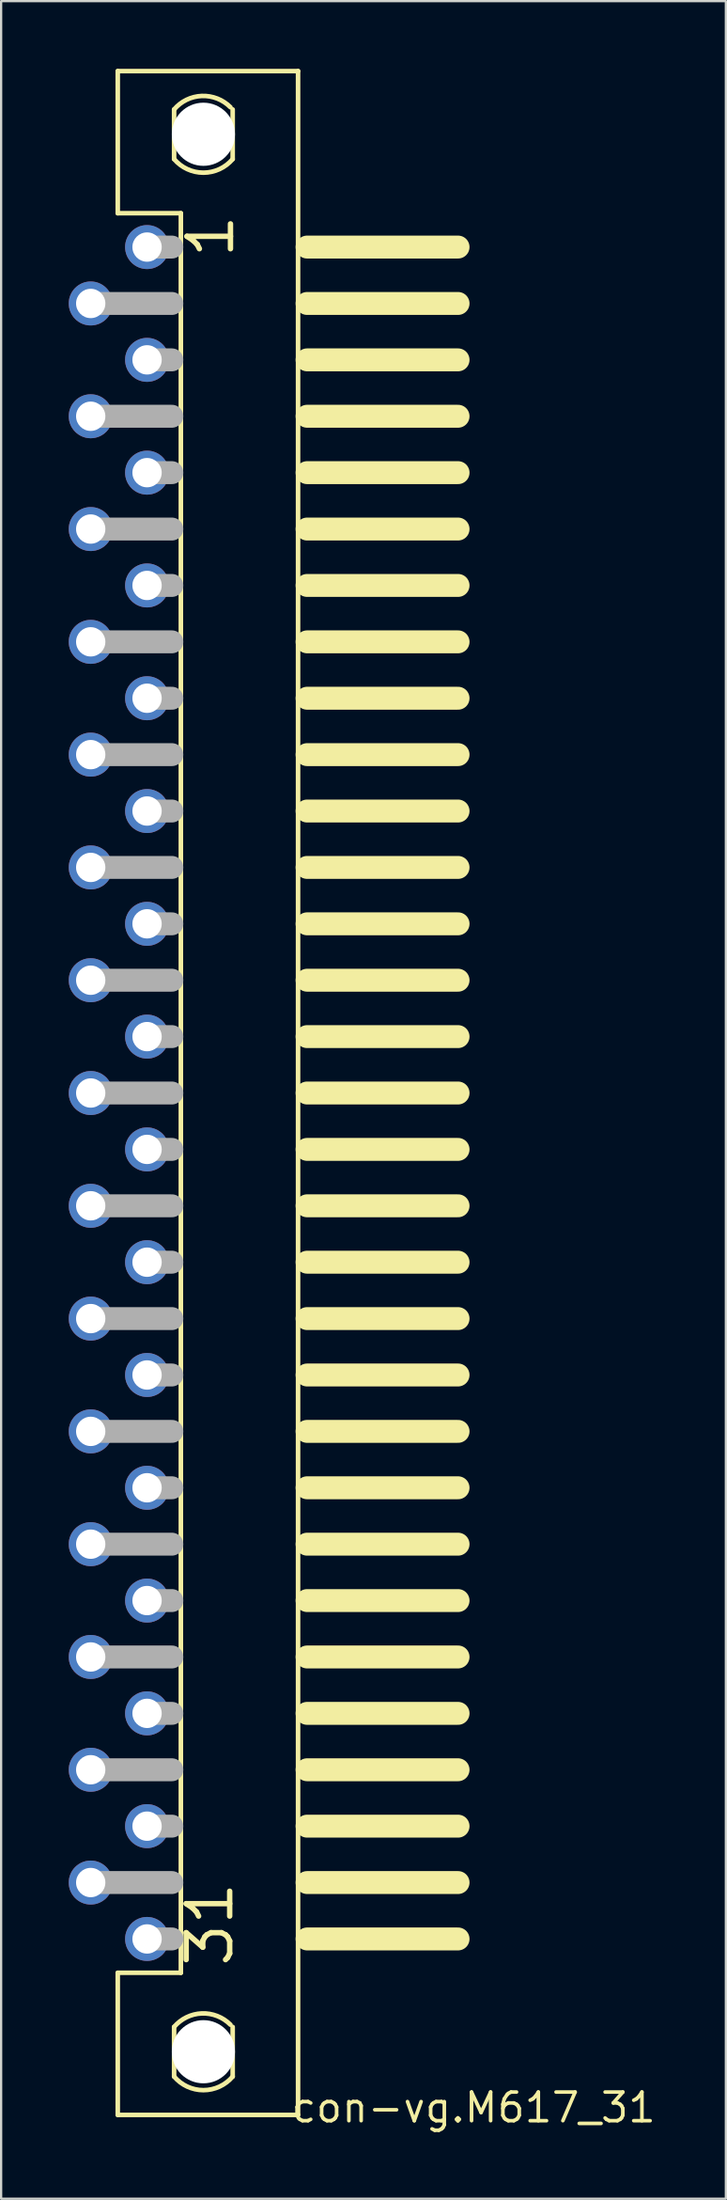
<source format=kicad_pcb>
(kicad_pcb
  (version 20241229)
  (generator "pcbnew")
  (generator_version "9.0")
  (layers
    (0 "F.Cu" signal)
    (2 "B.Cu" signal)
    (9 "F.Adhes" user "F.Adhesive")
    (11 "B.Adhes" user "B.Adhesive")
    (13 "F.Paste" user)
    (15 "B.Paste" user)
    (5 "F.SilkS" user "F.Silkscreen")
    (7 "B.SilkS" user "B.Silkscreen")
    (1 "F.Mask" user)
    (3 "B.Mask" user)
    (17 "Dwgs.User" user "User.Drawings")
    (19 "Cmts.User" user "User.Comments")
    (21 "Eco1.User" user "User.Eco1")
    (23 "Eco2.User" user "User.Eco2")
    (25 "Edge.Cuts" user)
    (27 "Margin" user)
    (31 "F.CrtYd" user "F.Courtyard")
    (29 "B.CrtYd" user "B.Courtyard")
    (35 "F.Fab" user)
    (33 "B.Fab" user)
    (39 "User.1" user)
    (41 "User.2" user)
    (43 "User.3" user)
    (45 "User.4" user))
  (footprint "con-vg.M617_31"
    (layer "F.Cu")
    (at 7.475 42.902)
    (property "Reference" "con-vg.M617_31" (at 2.31 48.22 180) (layer "F.SilkS") (effects (font (size 1.27 1.27) (thickness 0.16)) (justify left bottom)))
    (attr through_hole)
    (fp_line (start -5.3 -42.8) (end 2.7 -42.8) (stroke (width 0.203) (type default)) (layer "F.SilkS"))
    (fp_line (start -5.3 -36.5) (end -5.3 -42.8) (stroke (width 0.203) (type default)) (layer "F.SilkS"))
    (fp_line (start -5.3 41.5) (end -2.5 41.5) (stroke (width 0.203) (type default)) (layer "F.SilkS"))
    (fp_line (start -5.3 47.8) (end -5.3 41.5) (stroke (width 0.203) (type default)) (layer "F.SilkS"))
    (fp_line (start -2.8 -38.9) (end -2.8 -41.1) (stroke (width 0.203) (type default)) (layer "F.SilkS"))
    (fp_line (start -2.8 46.1) (end -2.8 43.9) (stroke (width 0.203) (type default)) (layer "F.SilkS"))
    (fp_line (start -2.5 -36.5) (end -5.3 -36.5) (stroke (width 0.203) (type default)) (layer "F.SilkS"))
    (fp_line (start -2.5 41.5) (end -2.5 -36.5) (stroke (width 0.203) (type default)) (layer "F.SilkS"))
    (fp_line (start -0.2 -41.1) (end -0.2 -38.9) (stroke (width 0.203) (type default)) (layer "F.SilkS"))
    (fp_line (start -0.2 43.9) (end -0.2 46.1) (stroke (width 0.203) (type default)) (layer "F.SilkS"))
    (fp_line (start 2.7 47.8) (end -5.3 47.8) (stroke (width 0.203) (type default)) (layer "F.SilkS"))
    (fp_line (start 2.7 47.8) (end 2.7 -42.8) (stroke (width 0.203) (type default)) (layer "F.SilkS"))
    (fp_line (start 3.1 -35) (end 9.8 -35) (stroke (width 1.016) (type default)) (layer "F.SilkS"))
    (fp_line (start 3.1 -32.5) (end 9.8 -32.5) (stroke (width 1.016) (type default)) (layer "F.SilkS"))
    (fp_line (start 3.1 -30) (end 9.8 -30) (stroke (width 1.016) (type default)) (layer "F.SilkS"))
    (fp_line (start 3.1 -27.5) (end 9.8 -27.5) (stroke (width 1.016) (type default)) (layer "F.SilkS"))
    (fp_line (start 3.1 -25) (end 9.8 -25) (stroke (width 1.016) (type default)) (layer "F.SilkS"))
    (fp_line (start 3.1 -22.5) (end 9.8 -22.5) (stroke (width 1.016) (type default)) (layer "F.SilkS"))
    (fp_line (start 3.1 -20) (end 9.8 -20) (stroke (width 1.016) (type default)) (layer "F.SilkS"))
    (fp_line (start 3.1 -17.5) (end 9.8 -17.5) (stroke (width 1.016) (type default)) (layer "F.SilkS"))
    (fp_line (start 3.1 -15) (end 9.8 -15) (stroke (width 1.016) (type default)) (layer "F.SilkS"))
    (fp_line (start 3.1 -12.5) (end 9.8 -12.5) (stroke (width 1.016) (type default)) (layer "F.SilkS"))
    (fp_line (start 3.1 -10) (end 9.8 -10) (stroke (width 1.016) (type default)) (layer "F.SilkS"))
    (fp_line (start 3.1 -7.5) (end 9.8 -7.5) (stroke (width 1.016) (type default)) (layer "F.SilkS"))
    (fp_line (start 3.1 -5) (end 9.8 -5) (stroke (width 1.016) (type default)) (layer "F.SilkS"))
    (fp_line (start 3.1 -2.5) (end 9.8 -2.5) (stroke (width 1.016) (type default)) (layer "F.SilkS"))
    (fp_line (start 3.1 0) (end 9.8 0) (stroke (width 1.016) (type default)) (layer "F.SilkS"))
    (fp_line (start 3.1 2.5) (end 9.8 2.5) (stroke (width 1.016) (type default)) (layer "F.SilkS"))
    (fp_line (start 3.1 5) (end 9.8 5) (stroke (width 1.016) (type default)) (layer "F.SilkS"))
    (fp_line (start 3.1 7.5) (end 9.8 7.5) (stroke (width 1.016) (type default)) (layer "F.SilkS"))
    (fp_line (start 3.1 10) (end 9.8 10) (stroke (width 1.016) (type default)) (layer "F.SilkS"))
    (fp_line (start 3.1 12.5) (end 9.8 12.5) (stroke (width 1.016) (type default)) (layer "F.SilkS"))
    (fp_line (start 3.1 15) (end 9.8 15) (stroke (width 1.016) (type default)) (layer "F.SilkS"))
    (fp_line (start 3.1 17.5) (end 9.8 17.5) (stroke (width 1.016) (type default)) (layer "F.SilkS"))
    (fp_line (start 3.1 20) (end 9.8 20) (stroke (width 1.016) (type default)) (layer "F.SilkS"))
    (fp_line (start 3.1 22.5) (end 9.8 22.5) (stroke (width 1.016) (type default)) (layer "F.SilkS"))
    (fp_line (start 3.1 25) (end 9.8 25) (stroke (width 1.016) (type default)) (layer "F.SilkS"))
    (fp_line (start 3.1 27.5) (end 9.8 27.5) (stroke (width 1.016) (type default)) (layer "F.SilkS"))
    (fp_line (start 3.1 30) (end 9.8 30) (stroke (width 1.016) (type default)) (layer "F.SilkS"))
    (fp_line (start 3.1 32.5) (end 9.8 32.5) (stroke (width 1.016) (type default)) (layer "F.SilkS"))
    (fp_line (start 3.1 35) (end 9.8 35) (stroke (width 1.016) (type default)) (layer "F.SilkS"))
    (fp_line (start 3.1 37.5) (end 9.8 37.5) (stroke (width 1.016) (type default)) (layer "F.SilkS"))
    (fp_line (start 3.1 40) (end 9.8 40) (stroke (width 1.016) (type default)) (layer "F.SilkS"))
    (fp_arc (start -2.8 -41.1) (mid -1.571919 -41.698463) (end -0.3 -41.1999) (stroke (width 0.2032) (type default)) (layer "F.SilkS"))
    (fp_arc (start -2.8 43.9) (mid -1.572012 43.301474) (end -0.3001 43.7999) (stroke (width 0.2032) (type default)) (layer "F.SilkS"))
    (fp_arc (start -0.2 -38.9) (mid -1.5 -38.297061) (end -2.8 -38.9) (stroke (width 0.2032) (type default)) (layer "F.SilkS"))
    (fp_arc (start -0.2 46.1) (mid -1.5 46.702903) (end -2.8 46.1) (stroke (width 0.2032) (type default)) (layer "F.SilkS"))
    (fp_line (start -6.5 -32.5) (end -2.9 -32.5) (stroke (width 1.016) (type default)) (layer "F.Fab"))
    (fp_line (start -6.5 -27.5) (end -2.9 -27.5) (stroke (width 1.016) (type default)) (layer "F.Fab"))
    (fp_line (start -6.5 -22.5) (end -2.9 -22.5) (stroke (width 1.016) (type default)) (layer "F.Fab"))
    (fp_line (start -6.5 -17.5) (end -2.9 -17.5) (stroke (width 1.016) (type default)) (layer "F.Fab"))
    (fp_line (start -6.5 -12.5) (end -2.9 -12.5) (stroke (width 1.016) (type default)) (layer "F.Fab"))
    (fp_line (start -6.5 -7.5) (end -2.9 -7.5) (stroke (width 1.016) (type default)) (layer "F.Fab"))
    (fp_line (start -6.5 -2.5) (end -2.9 -2.5) (stroke (width 1.016) (type default)) (layer "F.Fab"))
    (fp_line (start -6.5 2.5) (end -2.9 2.5) (stroke (width 1.016) (type default)) (layer "F.Fab"))
    (fp_line (start -6.5 7.5) (end -2.9 7.5) (stroke (width 1.016) (type default)) (layer "F.Fab"))
    (fp_line (start -6.5 12.5) (end -2.9 12.5) (stroke (width 1.016) (type default)) (layer "F.Fab"))
    (fp_line (start -6.5 17.5) (end -2.9 17.5) (stroke (width 1.016) (type default)) (layer "F.Fab"))
    (fp_line (start -6.5 22.5) (end -2.9 22.5) (stroke (width 1.016) (type default)) (layer "F.Fab"))
    (fp_line (start -6.5 27.5) (end -2.9 27.5) (stroke (width 1.016) (type default)) (layer "F.Fab"))
    (fp_line (start -6.5 32.5) (end -2.9 32.5) (stroke (width 1.016) (type default)) (layer "F.Fab"))
    (fp_line (start -6.5 37.5) (end -2.9 37.5) (stroke (width 1.016) (type default)) (layer "F.Fab"))
    (fp_line (start -4 -35) (end -2.9 -35) (stroke (width 1.016) (type default)) (layer "F.Fab"))
    (fp_line (start -4 -30) (end -2.9 -30) (stroke (width 1.016) (type default)) (layer "F.Fab"))
    (fp_line (start -4 -25) (end -2.9 -25) (stroke (width 1.016) (type default)) (layer "F.Fab"))
    (fp_line (start -4 -20) (end -2.9 -20) (stroke (width 1.016) (type default)) (layer "F.Fab"))
    (fp_line (start -4 -15) (end -2.9 -15) (stroke (width 1.016) (type default)) (layer "F.Fab"))
    (fp_line (start -4 -10) (end -2.9 -10) (stroke (width 1.016) (type default)) (layer "F.Fab"))
    (fp_line (start -4 -5) (end -2.9 -5) (stroke (width 1.016) (type default)) (layer "F.Fab"))
    (fp_line (start -4 0) (end -2.9 0) (stroke (width 1.016) (type default)) (layer "F.Fab"))
    (fp_line (start -4 5) (end -2.9 5) (stroke (width 1.016) (type default)) (layer "F.Fab"))
    (fp_line (start -4 10) (end -2.9 10) (stroke (width 1.016) (type default)) (layer "F.Fab"))
    (fp_line (start -4 15) (end -2.9 15) (stroke (width 1.016) (type default)) (layer "F.Fab"))
    (fp_line (start -4 20) (end -2.9 20) (stroke (width 1.016) (type default)) (layer "F.Fab"))
    (fp_line (start -4 25) (end -2.9 25) (stroke (width 1.016) (type default)) (layer "F.Fab"))
    (fp_line (start -4 30) (end -2.9 30) (stroke (width 1.016) (type default)) (layer "F.Fab"))
    (fp_line (start -4 35) (end -2.9 35) (stroke (width 1.016) (type default)) (layer "F.Fab"))
    (fp_line (start -4 40) (end -2.9 40) (stroke (width 1.016) (type default)) (layer "F.Fab"))
    (fp_text user "31" (at -0.085 41.35 90) (layer "F.SilkS") (effects (font (size 1.93 1.93) (thickness 0.24)) (justify left bottom)))
    (fp_text user "1" (at -0.05 -34.4 90) (layer "F.SilkS") (effects (font (size 1.93 1.93) (thickness 0.24)) (justify left bottom)))
    (pad "" np_thru_hole circle (at -1.5 -40) (size 2.8 2.8) (drill 2.8) (layers "*.Cu" "*.Mask"))
    (pad "" np_thru_hole circle (at -1.5 45) (size 2.8 2.8) (drill 2.8) (layers "*.Cu" "*.Mask"))
    (pad "1" thru_hole circle (at -4 -35) (size 1.95 1.95) (drill 1.3) (layers "*.Cu" "*.Mask"))
    (pad "2" thru_hole circle (at -6.5 -32.5) (size 1.95 1.95) (drill 1.3) (layers "*.Cu" "*.Mask"))
    (pad "3" thru_hole circle (at -4 -30) (size 1.95 1.95) (drill 1.3) (layers "*.Cu" "*.Mask"))
    (pad "4" thru_hole circle (at -6.5 -27.5) (size 1.95 1.95) (drill 1.3) (layers "*.Cu" "*.Mask"))
    (pad "5" thru_hole circle (at -4 -25) (size 1.95 1.95) (drill 1.3) (layers "*.Cu" "*.Mask"))
    (pad "6" thru_hole circle (at -6.5 -22.5) (size 1.95 1.95) (drill 1.3) (layers "*.Cu" "*.Mask"))
    (pad "7" thru_hole circle (at -4 -20) (size 1.95 1.95) (drill 1.3) (layers "*.Cu" "*.Mask"))
    (pad "8" thru_hole circle (at -6.5 -17.5) (size 1.95 1.95) (drill 1.3) (layers "*.Cu" "*.Mask"))
    (pad "9" thru_hole circle (at -4 -15) (size 1.95 1.95) (drill 1.3) (layers "*.Cu" "*.Mask"))
    (pad "10" thru_hole circle (at -6.5 -12.5) (size 1.95 1.95) (drill 1.3) (layers "*.Cu" "*.Mask"))
    (pad "11" thru_hole circle (at -4 -10) (size 1.95 1.95) (drill 1.3) (layers "*.Cu" "*.Mask"))
    (pad "12" thru_hole circle (at -6.5 -7.5) (size 1.95 1.95) (drill 1.3) (layers "*.Cu" "*.Mask"))
    (pad "13" thru_hole circle (at -4 -5) (size 1.95 1.95) (drill 1.3) (layers "*.Cu" "*.Mask"))
    (pad "14" thru_hole circle (at -6.5 -2.5) (size 1.95 1.95) (drill 1.3) (layers "*.Cu" "*.Mask"))
    (pad "15" thru_hole circle (at -4 -0.0001) (size 1.95 1.95) (drill 1.3) (layers "*.Cu" "*.Mask"))
    (pad "16" thru_hole circle (at -6.5 2.5) (size 1.95 1.95) (drill 1.3) (layers "*.Cu" "*.Mask"))
    (pad "17" thru_hole circle (at -4 5) (size 1.95 1.95) (drill 1.3) (layers "*.Cu" "*.Mask"))
    (pad "18" thru_hole circle (at -6.5 7.5) (size 1.95 1.95) (drill 1.3) (layers "*.Cu" "*.Mask"))
    (pad "19" thru_hole circle (at -4 10) (size 1.95 1.95) (drill 1.3) (layers "*.Cu" "*.Mask"))
    (pad "20" thru_hole circle (at -6.5 12.5) (size 1.95 1.95) (drill 1.3) (layers "*.Cu" "*.Mask"))
    (pad "21" thru_hole circle (at -4 15) (size 1.95 1.95) (drill 1.3) (layers "*.Cu" "*.Mask"))
    (pad "22" thru_hole circle (at -6.5 17.5) (size 1.95 1.95) (drill 1.3) (layers "*.Cu" "*.Mask"))
    (pad "23" thru_hole circle (at -4 20) (size 1.95 1.95) (drill 1.3) (layers "*.Cu" "*.Mask"))
    (pad "24" thru_hole circle (at -6.5 22.5) (size 1.95 1.95) (drill 1.3) (layers "*.Cu" "*.Mask"))
    (pad "25" thru_hole circle (at -4 25) (size 1.95 1.95) (drill 1.3) (layers "*.Cu" "*.Mask"))
    (pad "26" thru_hole circle (at -6.5 27.5) (size 1.95 1.95) (drill 1.3) (layers "*.Cu" "*.Mask"))
    (pad "27" thru_hole circle (at -4 30) (size 1.95 1.95) (drill 1.3) (layers "*.Cu" "*.Mask"))
    (pad "28" thru_hole circle (at -6.5 32.5) (size 1.95 1.95) (drill 1.3) (layers "*.Cu" "*.Mask"))
    (pad "29" thru_hole circle (at -4 35) (size 1.95 1.95) (drill 1.3) (layers "*.Cu" "*.Mask"))
    (pad "30" thru_hole circle (at -6.5 37.5) (size 1.95 1.95) (drill 1.3) (layers "*.Cu" "*.Mask"))
    (pad "31" thru_hole circle (at -4 40) (size 1.95 1.95) (drill 1.3) (layers "*.Cu" "*.Mask")))
  (gr_rect
    (start -3 -3)
    (end 29.158 94.419)
    (stroke (width 0.1) (type default))
    (fill no)
    (layer "Edge.Cuts")))
</source>
